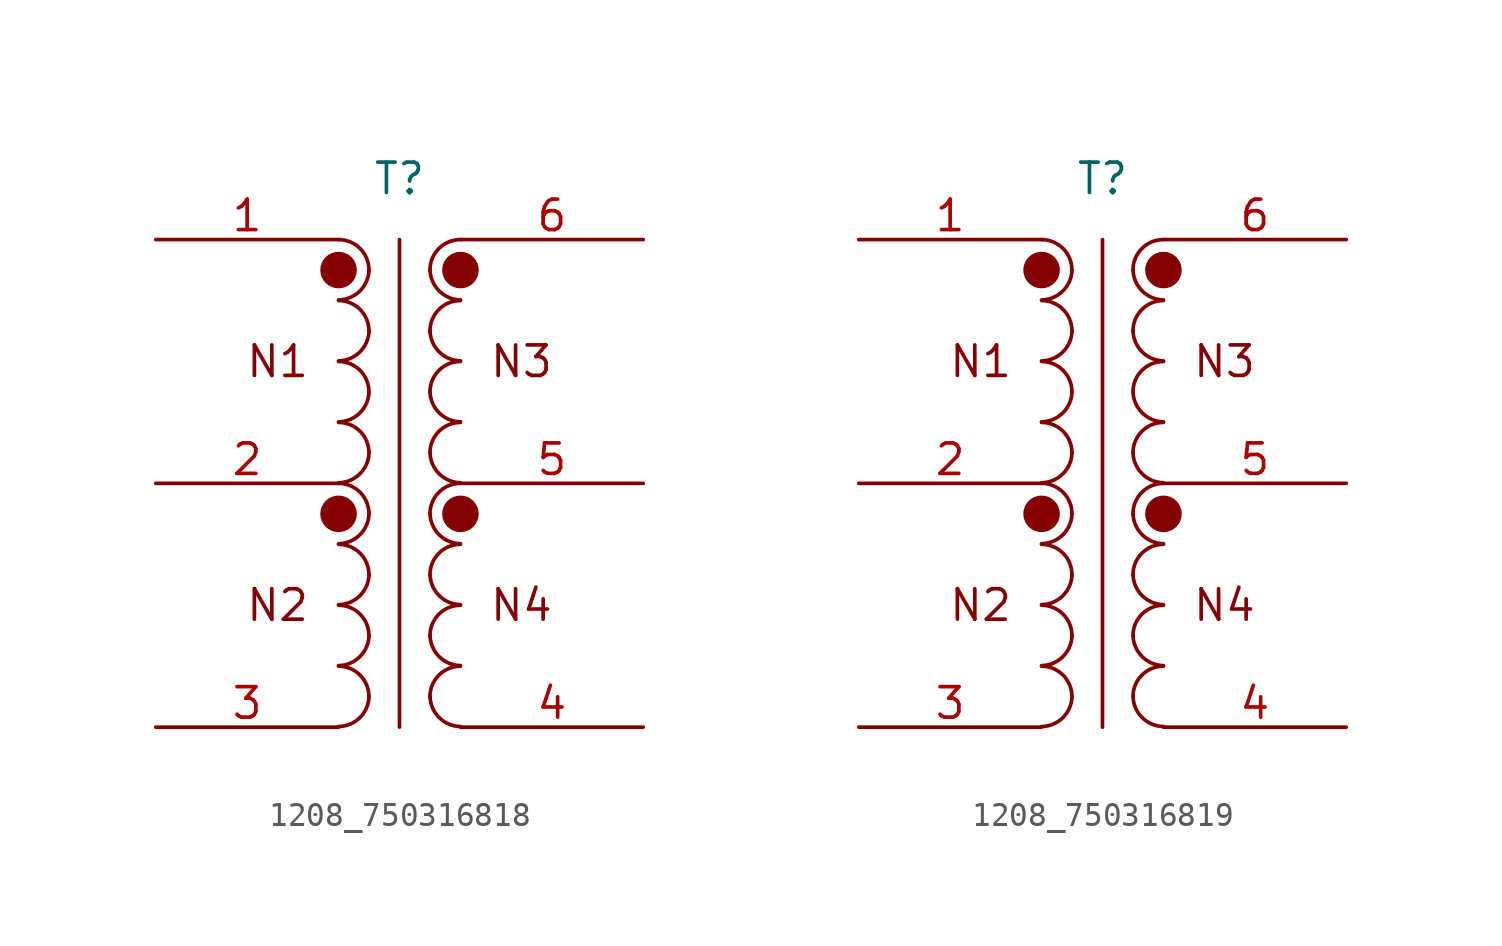
<source format=kicad_sym>
(kicad_symbol_lib
  (version 20220914)
  (generator kicad_symbol_editor)
  (symbol "1208_750316818"
    (pin_names hide)
    (property "Reference" "T"
      (at 0 12.7 0)
      (effects (font (size 1.27 1.27))))
    (property "Critical Parameter" ""
      (at 0 -5.08 0)
      (effects (font (size 1.27 1.27)) (justify left)))
    (symbol "1208_750316818_0_1"
      (arc (start -2.54 -10.1346) (mid -1.6561 -9.7663) (end -1.27 -8.89) (stroke (width 0) (type default)) (fill (type none)))
      (arc (start -2.54 -7.5946) (mid -1.6561 -7.2263) (end -1.27 -6.35) (stroke (width 0) (type default)) (fill (type none)))
      (arc (start -2.54 -5.0546) (mid -1.6561 -4.6863) (end -1.27 -3.81) (stroke (width 0) (type default)) (fill (type none)))
      (arc (start -2.54 -2.5146) (mid -1.6561 -2.1463) (end -1.27 -1.27) (stroke (width 0) (type default)) (fill (type none)))
      (arc (start -2.54 0.0254) (mid -1.6561 0.3937) (end -1.27 1.27) (stroke (width 0) (type default)) (fill (type none)))
      (arc (start -2.54 2.5654) (mid -1.6561 2.9337) (end -1.27 3.81) (stroke (width 0) (type default)) (fill (type none)))
      (arc (start -2.54 5.1054) (mid -1.6561 5.4737) (end -1.27 6.35) (stroke (width 0) (type default)) (fill (type none)))
      (arc (start -2.54 7.6454) (mid -1.6561 8.0137) (end -1.27 8.89) (stroke (width 0) (type default)) (fill (type none)))
      (arc (start -1.27 -8.89) (mid -1.642 -7.992) (end -2.54 -7.62) (stroke (width 0) (type default)) (fill (type none)))
      (arc (start -1.27 -6.35) (mid -1.642 -5.452) (end -2.54 -5.08) (stroke (width 0) (type default)) (fill (type none)))
      (arc (start -1.27 -3.81) (mid -1.642 -2.912) (end -2.54 -2.54) (stroke (width 0) (type default)) (fill (type none)))
      (arc (start -1.27 -1.27) (mid -1.642 -0.372) (end -2.54 0) (stroke (width 0) (type default)) (fill (type none)))
      (arc (start -1.27 1.27) (mid -1.642 2.168) (end -2.54 2.54) (stroke (width 0) (type default)) (fill (type none)))
      (arc (start -1.27 3.81) (mid -1.642 4.708) (end -2.54 5.08) (stroke (width 0) (type default)) (fill (type none)))
      (arc (start -1.27 6.35) (mid -1.642 7.248) (end -2.54 7.62) (stroke (width 0) (type default)) (fill (type none)))
      (arc (start -1.27 8.89) (mid -1.642 9.788) (end -2.54 10.16) (stroke (width 0) (type default)) (fill (type none)))
      (polyline (pts (xy 0 -10.16) (xy 0 10.16)) (stroke (width 0) (type default)) (fill (type none)))
      (arc (start 1.27 -8.89) (mid 1.6561 -9.7663) (end 2.54 -10.1346) (stroke (width 0) (type default)) (fill (type none)))
      (arc (start 1.27 -6.35) (mid 1.6561 -7.2263) (end 2.54 -7.5946) (stroke (width 0) (type default)) (fill (type none)))
      (arc (start 1.27 -3.81) (mid 1.6561 -4.6863) (end 2.54 -5.0546) (stroke (width 0) (type default)) (fill (type none)))
      (arc (start 1.27 -1.27) (mid 1.6561 -2.1463) (end 2.54 -2.5146) (stroke (width 0) (type default)) (fill (type none)))
      (arc (start 1.27 1.27) (mid 1.6561 0.3937) (end 2.54 0.0254) (stroke (width 0) (type default)) (fill (type none)))
      (arc (start 1.27 3.81) (mid 1.6561 2.9337) (end 2.54 2.5654) (stroke (width 0) (type default)) (fill (type none)))
      (arc (start 1.27 6.35) (mid 1.6561 5.4737) (end 2.54 5.1054) (stroke (width 0) (type default)) (fill (type none)))
      (arc (start 1.27 8.89) (mid 1.6561 8.0137) (end 2.54 7.6454) (stroke (width 0) (type default)) (fill (type none)))
      (arc (start 2.54 -7.62) (mid 1.642 -7.992) (end 1.27 -8.89) (stroke (width 0) (type default)) (fill (type none)))
      (arc (start 2.54 -5.08) (mid 1.642 -5.452) (end 1.27 -6.35) (stroke (width 0) (type default)) (fill (type none)))
      (arc (start 2.54 -2.54) (mid 1.642 -2.912) (end 1.27 -3.81) (stroke (width 0) (type default)) (fill (type none)))
      (arc (start 2.54 0) (mid 1.642 -0.372) (end 1.27 -1.27) (stroke (width 0) (type default)) (fill (type none)))
      (arc (start 2.54 2.54) (mid 1.642 2.168) (end 1.27 1.27) (stroke (width 0) (type default)) (fill (type none)))
      (arc (start 2.54 5.08) (mid 1.642 4.708) (end 1.27 3.81) (stroke (width 0) (type default)) (fill (type none)))
      (arc (start 2.54 7.62) (mid 1.642 7.248) (end 1.27 6.35) (stroke (width 0) (type default)) (fill (type none)))
      (arc (start 2.54 10.16) (mid 1.642 9.788) (end 1.27 8.89) (stroke (width 0) (type default)) (fill (type none))))
    (symbol "1208_750316818_1_1"
      (circle (center -2.54 -1.27) (radius 0.0001) (stroke (width 0.762) (type default)) (fill (type none)))
      (circle (center -2.54 8.89) (radius 0.0001) (stroke (width 0.762) (type default)) (fill (type none)))
      (circle (center 2.54 -1.27) (radius 0.0001) (stroke (width 0.762) (type default)) (fill (type none)))
      (circle (center 2.54 8.89) (radius 0.0001) (stroke (width 0.762) (type default)) (fill (type none)))
      (text "N1" (at -5.08 5.08 0) (effects (font (size 1.27 1.27))))
      (text "N2" (at -5.08 -5.08 0) (effects (font (size 1.27 1.27))))
      (text "N3" (at 5.08 5.08 0) (effects (font (size 1.27 1.27))))
      (text "N4" (at 5.08 -5.08 0) (effects (font (size 1.27 1.27))))
      (pin passive line (at -10.16 10.16 0) (length 7.62) (name "1" (effects (font (size 1.27 1.27)))) (number "1" (effects (font (size 1.27 1.27)))))
      (pin passive line (at -10.16 0 0) (length 7.62) (name "2" (effects (font (size 1.27 1.27)))) (number "2" (effects (font (size 1.27 1.27)))))
      (pin passive line (at -10.16 -10.16 0) (length 7.62) (name "3" (effects (font (size 1.27 1.27)))) (number "3" (effects (font (size 1.27 1.27)))))
      (pin passive line (at 10.16 -10.16 180) (length 7.62) (name "4" (effects (font (size 1.27 1.27)))) (number "4" (effects (font (size 1.27 1.27)))))
      (pin passive line (at 10.16 0 180) (length 7.62) (name "5" (effects (font (size 1.27 1.27)))) (number "5" (effects (font (size 1.27 1.27)))))
      (pin passive line (at 10.16 10.16 180) (length 7.62) (name "6" (effects (font (size 1.27 1.27)))) (number "6" (effects (font (size 1.27 1.27)))))))
  (symbol "1208_750316819"
    (pin_names hide)
    (property "Reference" "T"
      (at 0 12.7 0)
      (effects (font (size 1.27 1.27))))
    (property "Critical Parameter" ""
      (at 0 -5.08 0)
      (effects (font (size 1.27 1.27)) (justify left)))
    (symbol "1208_750316819_0_1"
      (arc (start -2.54 -10.1346) (mid -1.6561 -9.7663) (end -1.27 -8.89) (stroke (width 0) (type default)) (fill (type none)))
      (arc (start -2.54 -7.5946) (mid -1.6561 -7.2263) (end -1.27 -6.35) (stroke (width 0) (type default)) (fill (type none)))
      (arc (start -2.54 -5.0546) (mid -1.6561 -4.6863) (end -1.27 -3.81) (stroke (width 0) (type default)) (fill (type none)))
      (arc (start -2.54 -2.5146) (mid -1.6561 -2.1463) (end -1.27 -1.27) (stroke (width 0) (type default)) (fill (type none)))
      (arc (start -2.54 0.0254) (mid -1.6561 0.3937) (end -1.27 1.27) (stroke (width 0) (type default)) (fill (type none)))
      (arc (start -2.54 2.5654) (mid -1.6561 2.9337) (end -1.27 3.81) (stroke (width 0) (type default)) (fill (type none)))
      (arc (start -2.54 5.1054) (mid -1.6561 5.4737) (end -1.27 6.35) (stroke (width 0) (type default)) (fill (type none)))
      (arc (start -2.54 7.6454) (mid -1.6561 8.0137) (end -1.27 8.89) (stroke (width 0) (type default)) (fill (type none)))
      (arc (start -1.27 -8.89) (mid -1.642 -7.992) (end -2.54 -7.62) (stroke (width 0) (type default)) (fill (type none)))
      (arc (start -1.27 -6.35) (mid -1.642 -5.452) (end -2.54 -5.08) (stroke (width 0) (type default)) (fill (type none)))
      (arc (start -1.27 -3.81) (mid -1.642 -2.912) (end -2.54 -2.54) (stroke (width 0) (type default)) (fill (type none)))
      (arc (start -1.27 -1.27) (mid -1.642 -0.372) (end -2.54 0) (stroke (width 0) (type default)) (fill (type none)))
      (arc (start -1.27 1.27) (mid -1.642 2.168) (end -2.54 2.54) (stroke (width 0) (type default)) (fill (type none)))
      (arc (start -1.27 3.81) (mid -1.642 4.708) (end -2.54 5.08) (stroke (width 0) (type default)) (fill (type none)))
      (arc (start -1.27 6.35) (mid -1.642 7.248) (end -2.54 7.62) (stroke (width 0) (type default)) (fill (type none)))
      (arc (start -1.27 8.89) (mid -1.642 9.788) (end -2.54 10.16) (stroke (width 0) (type default)) (fill (type none)))
      (polyline (pts (xy 0 -10.16) (xy 0 10.16)) (stroke (width 0) (type default)) (fill (type none)))
      (arc (start 1.27 -8.89) (mid 1.6561 -9.7663) (end 2.54 -10.1346) (stroke (width 0) (type default)) (fill (type none)))
      (arc (start 1.27 -6.35) (mid 1.6561 -7.2263) (end 2.54 -7.5946) (stroke (width 0) (type default)) (fill (type none)))
      (arc (start 1.27 -3.81) (mid 1.6561 -4.6863) (end 2.54 -5.0546) (stroke (width 0) (type default)) (fill (type none)))
      (arc (start 1.27 -1.27) (mid 1.6561 -2.1463) (end 2.54 -2.5146) (stroke (width 0) (type default)) (fill (type none)))
      (arc (start 1.27 1.27) (mid 1.6561 0.3937) (end 2.54 0.0254) (stroke (width 0) (type default)) (fill (type none)))
      (arc (start 1.27 3.81) (mid 1.6561 2.9337) (end 2.54 2.5654) (stroke (width 0) (type default)) (fill (type none)))
      (arc (start 1.27 6.35) (mid 1.6561 5.4737) (end 2.54 5.1054) (stroke (width 0) (type default)) (fill (type none)))
      (arc (start 1.27 8.89) (mid 1.6561 8.0137) (end 2.54 7.6454) (stroke (width 0) (type default)) (fill (type none)))
      (arc (start 2.54 -7.62) (mid 1.642 -7.992) (end 1.27 -8.89) (stroke (width 0) (type default)) (fill (type none)))
      (arc (start 2.54 -5.08) (mid 1.642 -5.452) (end 1.27 -6.35) (stroke (width 0) (type default)) (fill (type none)))
      (arc (start 2.54 -2.54) (mid 1.642 -2.912) (end 1.27 -3.81) (stroke (width 0) (type default)) (fill (type none)))
      (arc (start 2.54 0) (mid 1.642 -0.372) (end 1.27 -1.27) (stroke (width 0) (type default)) (fill (type none)))
      (arc (start 2.54 2.54) (mid 1.642 2.168) (end 1.27 1.27) (stroke (width 0) (type default)) (fill (type none)))
      (arc (start 2.54 5.08) (mid 1.642 4.708) (end 1.27 3.81) (stroke (width 0) (type default)) (fill (type none)))
      (arc (start 2.54 7.62) (mid 1.642 7.248) (end 1.27 6.35) (stroke (width 0) (type default)) (fill (type none)))
      (arc (start 2.54 10.16) (mid 1.642 9.788) (end 1.27 8.89) (stroke (width 0) (type default)) (fill (type none))))
    (symbol "1208_750316819_1_1"
      (circle (center -2.54 -1.27) (radius 0.0001) (stroke (width 0.762) (type default)) (fill (type none)))
      (circle (center -2.54 8.89) (radius 0.0001) (stroke (width 0.762) (type default)) (fill (type none)))
      (circle (center 2.54 -1.27) (radius 0.0001) (stroke (width 0.762) (type default)) (fill (type none)))
      (circle (center 2.54 8.89) (radius 0.0001) (stroke (width 0.762) (type default)) (fill (type none)))
      (text "N1" (at -5.08 5.08 0) (effects (font (size 1.27 1.27))))
      (text "N2" (at -5.08 -5.08 0) (effects (font (size 1.27 1.27))))
      (text "N3" (at 5.08 5.08 0) (effects (font (size 1.27 1.27))))
      (text "N4" (at 5.08 -5.08 0) (effects (font (size 1.27 1.27))))
      (pin passive line (at -10.16 10.16 0) (length 7.62) (name "1" (effects (font (size 1.27 1.27)))) (number "1" (effects (font (size 1.27 1.27)))))
      (pin passive line (at -10.16 0 0) (length 7.62) (name "2" (effects (font (size 1.27 1.27)))) (number "2" (effects (font (size 1.27 1.27)))))
      (pin passive line (at -10.16 -10.16 0) (length 7.62) (name "3" (effects (font (size 1.27 1.27)))) (number "3" (effects (font (size 1.27 1.27)))))
      (pin passive line (at 10.16 -10.16 180) (length 7.62) (name "4" (effects (font (size 1.27 1.27)))) (number "4" (effects (font (size 1.27 1.27)))))
      (pin passive line (at 10.16 0 180) (length 7.62) (name "5" (effects (font (size 1.27 1.27)))) (number "5" (effects (font (size 1.27 1.27)))))
      (pin passive line (at 10.16 10.16 180) (length 7.62) (name "6" (effects (font (size 1.27 1.27)))) (number "6" (effects (font (size 1.27 1.27))))))))
</source>
